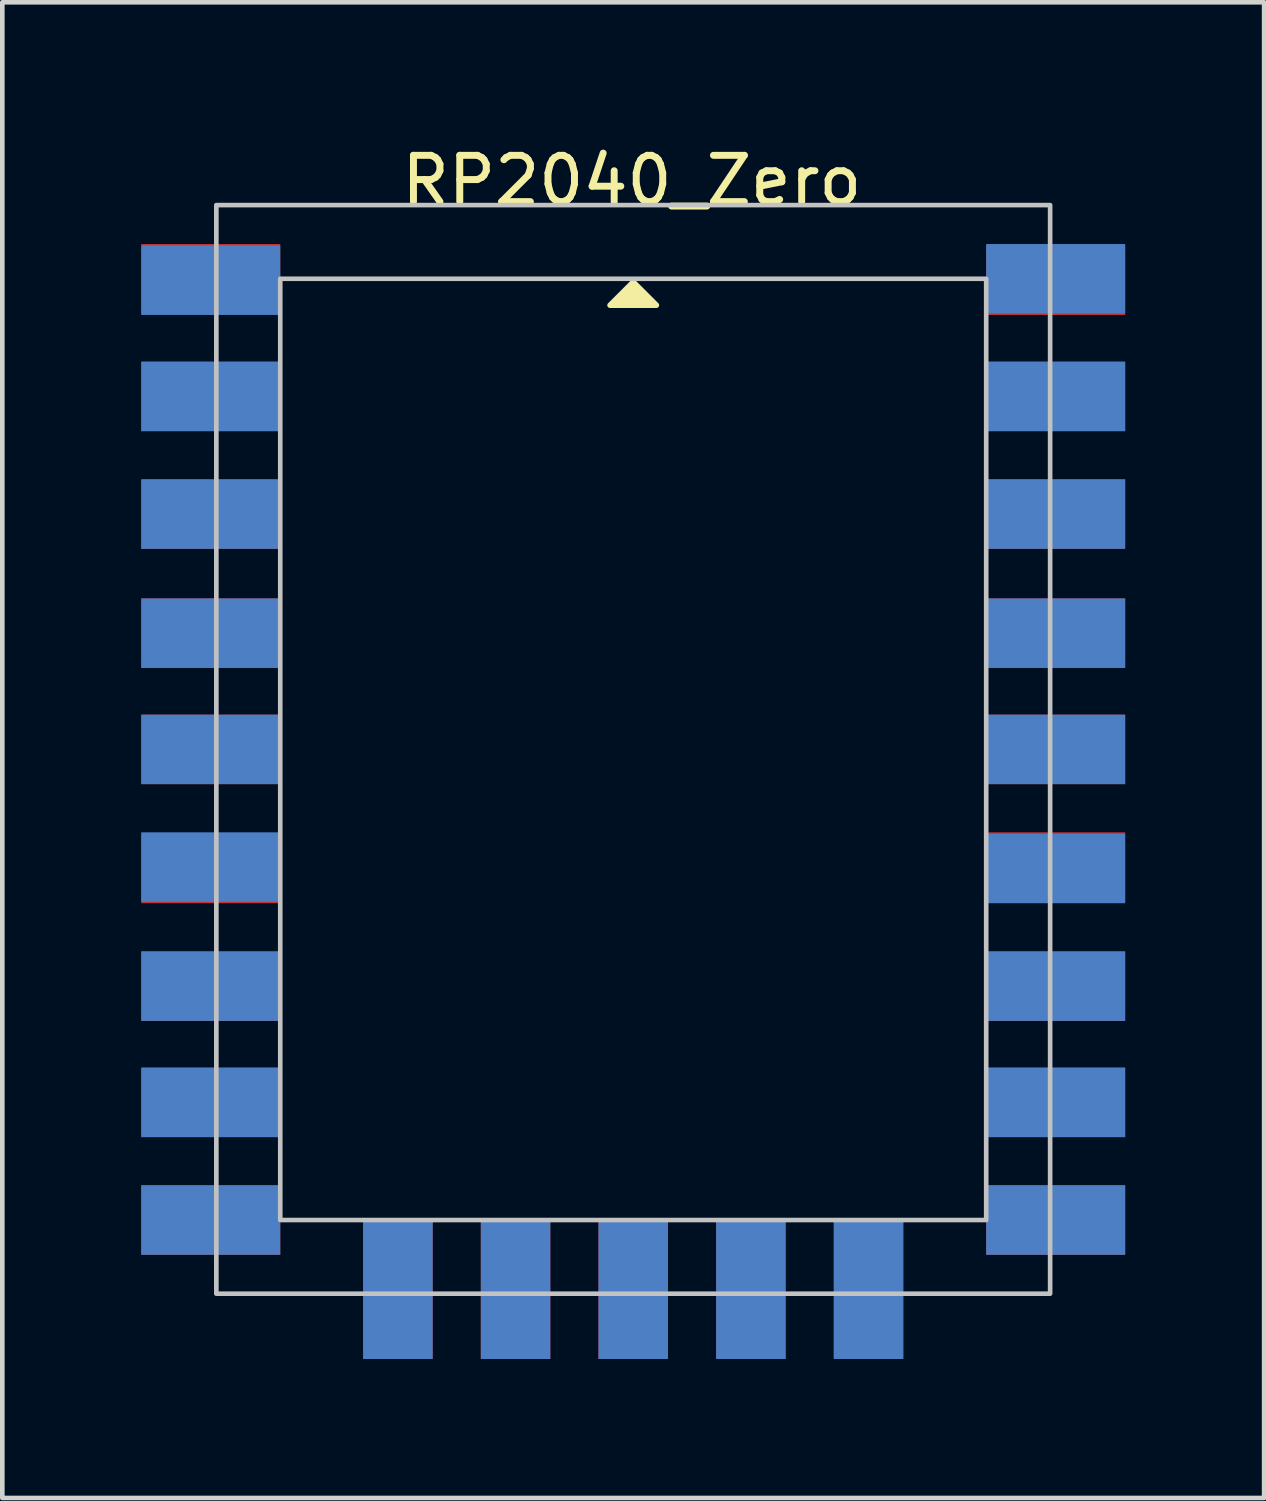
<source format=kicad_pcb>
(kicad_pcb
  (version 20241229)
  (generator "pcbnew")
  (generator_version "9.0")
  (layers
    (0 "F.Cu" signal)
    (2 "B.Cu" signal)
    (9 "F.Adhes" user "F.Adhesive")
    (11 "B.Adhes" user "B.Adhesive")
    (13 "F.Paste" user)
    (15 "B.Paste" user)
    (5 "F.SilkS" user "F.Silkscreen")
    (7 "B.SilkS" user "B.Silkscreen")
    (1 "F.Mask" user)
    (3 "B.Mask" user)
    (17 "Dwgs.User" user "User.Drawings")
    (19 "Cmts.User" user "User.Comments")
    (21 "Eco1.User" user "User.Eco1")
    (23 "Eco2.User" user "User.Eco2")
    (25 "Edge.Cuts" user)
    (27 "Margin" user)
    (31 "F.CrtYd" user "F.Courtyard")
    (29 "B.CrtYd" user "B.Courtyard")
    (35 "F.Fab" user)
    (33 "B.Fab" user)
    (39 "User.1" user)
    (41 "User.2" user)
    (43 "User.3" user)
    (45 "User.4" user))
  (footprint "RP2040_Zero"
    (layer "F.Cu")
    (at 10.62 13.128)
    (property "Reference" "RP2040_Zero" (at -0.03 -12.28 0) (layer "F.SilkS") (effects (font (size 1 1) (thickness 0.15))))
    (attr smd)
    (fp_poly (pts (xy 0.5 -9.589) (xy -0.5 -9.589) (xy 0 -10.089)) (stroke (width 0.12) (type solid)) (fill yes) (layer "F.SilkS"))
    (fp_rect (start -9 -11.75) (end 9 11.75) (stroke (width 0.1) (type solid)) (fill no) (layer "Dwgs.User"))
    (fp_rect (start -7.62 -10.16) (end 7.62 10.16) (stroke (width 0.1) (type solid)) (fill no) (layer "Dwgs.User"))
    (fp_rect (start -7.62 -10.16) (end 7.62 10.16) (stroke (width 0.05) (type default)) (fill no) (layer "Edge.Cuts"))
    (pad "1" smd rect (at -9.12 -10.16) (size 3 1.5) (layers "F.Cu" "F.Mask"))
    (pad "1" smd rect (at 9.12 -10.16) (size 3 1.5) (layers "B.Cu" "B.Mask"))
    (pad "2" smd rect (at -9.12 -7.62) (size 3 1.5) (layers "F.Cu" "F.Mask"))
    (pad "2" smd rect (at 9.12 -7.62) (size 3 1.5) (layers "B.Cu" "B.Mask"))
    (pad "3" smd rect (at -9.12 -5.08) (size 3 1.5) (layers "F.Cu" "F.Mask"))
    (pad "3" smd rect (at 9.12 -5.08) (size 3 1.5) (layers "B.Cu" "B.Mask"))
    (pad "4" smd rect (at -9.12 -2.509) (size 3 1.5) (layers "F.Cu" "F.Mask"))
    (pad "4" smd rect (at 9.12 -2.509) (size 3 1.5) (layers "B.Cu" "B.Mask"))
    (pad "5" smd rect (at -9.12 0) (size 3 1.5) (layers "F.Cu" "F.Mask"))
    (pad "5" smd rect (at 9.12 0) (size 3 1.5) (layers "B.Cu" "B.Mask"))
    (pad "6" smd rect (at -9.12 2.571) (size 3 1.5) (layers "F.Cu" "F.Mask"))
    (pad "6" smd rect (at 9.12 2.571) (size 3 1.5) (layers "B.Cu" "B.Mask"))
    (pad "7" smd rect (at -9.12 5.111) (size 3 1.5) (layers "F.Cu" "F.Mask"))
    (pad "7" smd rect (at 9.12 5.111) (size 3 1.5) (layers "B.Cu" "B.Mask"))
    (pad "8" smd rect (at -9.12 7.62) (size 3 1.5) (layers "F.Cu" "F.Mask"))
    (pad "8" smd rect (at 9.12 7.62) (size 3 1.5) (layers "B.Cu" "B.Mask"))
    (pad "9" smd rect (at -9.12 10.16) (size 3 1.5) (layers "F.Cu" "F.Mask"))
    (pad "9" smd rect (at 9.12 10.16) (size 3 1.5) (layers "B.Cu" "B.Mask"))
    (pad "10" smd rect (at -5.08 11.66 270) (size 3 1.5) (layers "F.Cu" "F.Mask"))
    (pad "10" smd rect (at 5.08 11.66 90) (size 3 1.5) (layers "B.Cu" "B.Mask"))
    (pad "11" smd rect (at -2.54 11.66 90) (size 3 1.5) (layers "B.Cu" "B.Mask"))
    (pad "11" smd rect (at 2.54 11.66 270) (size 3 1.5) (layers "F.Cu" "F.Mask"))
    (pad "12" smd rect (at -2.54 11.66 270) (size 3 1.5) (layers "F.Cu" "F.Mask"))
    (pad "12" smd rect (at 2.54 11.66 90) (size 3 1.5) (layers "B.Cu" "B.Mask"))
    (pad "13" smd rect (at 0 11.66 270) (size 3 1.5) (layers "F.Cu" "F.Mask"))
    (pad "13" smd rect (at 0 11.66 90) (size 3 1.5) (layers "B.Cu" "B.Mask"))
    (pad "14" smd rect (at -5.08 11.66 90) (size 3 1.5) (layers "B.Cu" "B.Mask"))
    (pad "14" smd rect (at 5.08 11.66 270) (size 3 1.5) (layers "F.Cu" "F.Mask"))
    (pad "15" smd rect (at -9.12 10.16) (size 3 1.5) (layers "B.Cu" "B.Mask"))
    (pad "15" smd rect (at 9.12 10.16) (size 3 1.5) (layers "F.Cu" "F.Mask"))
    (pad "16" smd rect (at -9.12 7.62) (size 3 1.5) (layers "B.Cu" "B.Mask"))
    (pad "16" smd rect (at 9.12 7.62) (size 3 1.5) (layers "F.Cu" "F.Mask"))
    (pad "17" smd rect (at -9.12 5.111) (size 3 1.5) (layers "B.Cu" "B.Mask"))
    (pad "17" smd rect (at 9.12 5.111) (size 3 1.5) (layers "F.Cu" "F.Mask"))
    (pad "18" smd rect (at -9.12 2.54) (size 3 1.5) (layers "B.Cu" "B.Mask"))
    (pad "18" smd rect (at 9.12 2.54) (size 3 1.5) (layers "F.Cu" "F.Mask"))
    (pad "19" smd rect (at -9.12 0) (size 3 1.5) (layers "B.Cu" "B.Mask"))
    (pad "19" smd rect (at 9.12 0) (size 3 1.5) (layers "F.Cu" "F.Mask"))
    (pad "20" smd rect (at -9.12 -2.509) (size 3 1.5) (layers "B.Cu" "B.Mask"))
    (pad "20" smd rect (at 9.12 -2.509) (size 3 1.5) (layers "F.Cu" "F.Mask"))
    (pad "21" smd rect (at -9.12 -5.08) (size 3 1.5) (layers "B.Cu" "B.Mask"))
    (pad "21" smd rect (at 9.12 -5.08) (size 3 1.5) (layers "F.Cu" "F.Mask"))
    (pad "22" smd rect (at -9.12 -7.62) (size 3 1.5) (layers "B.Cu" "B.Mask"))
    (pad "22" smd rect (at 9.12 -7.62) (size 3 1.5) (layers "F.Cu" "F.Mask"))
    (pad "23" smd rect (at -9.12 -10.129) (size 3 1.5) (layers "B.Cu" "B.Mask"))
    (pad "23" smd rect (at 9.12 -10.129) (size 3 1.5) (layers "F.Cu" "F.Mask")))
  (gr_rect
    (start -3 -3)
    (end 24.24 29.288)
    (stroke (width 0.1) (type default))
    (fill no)
    (layer "Edge.Cuts")))
</source>
